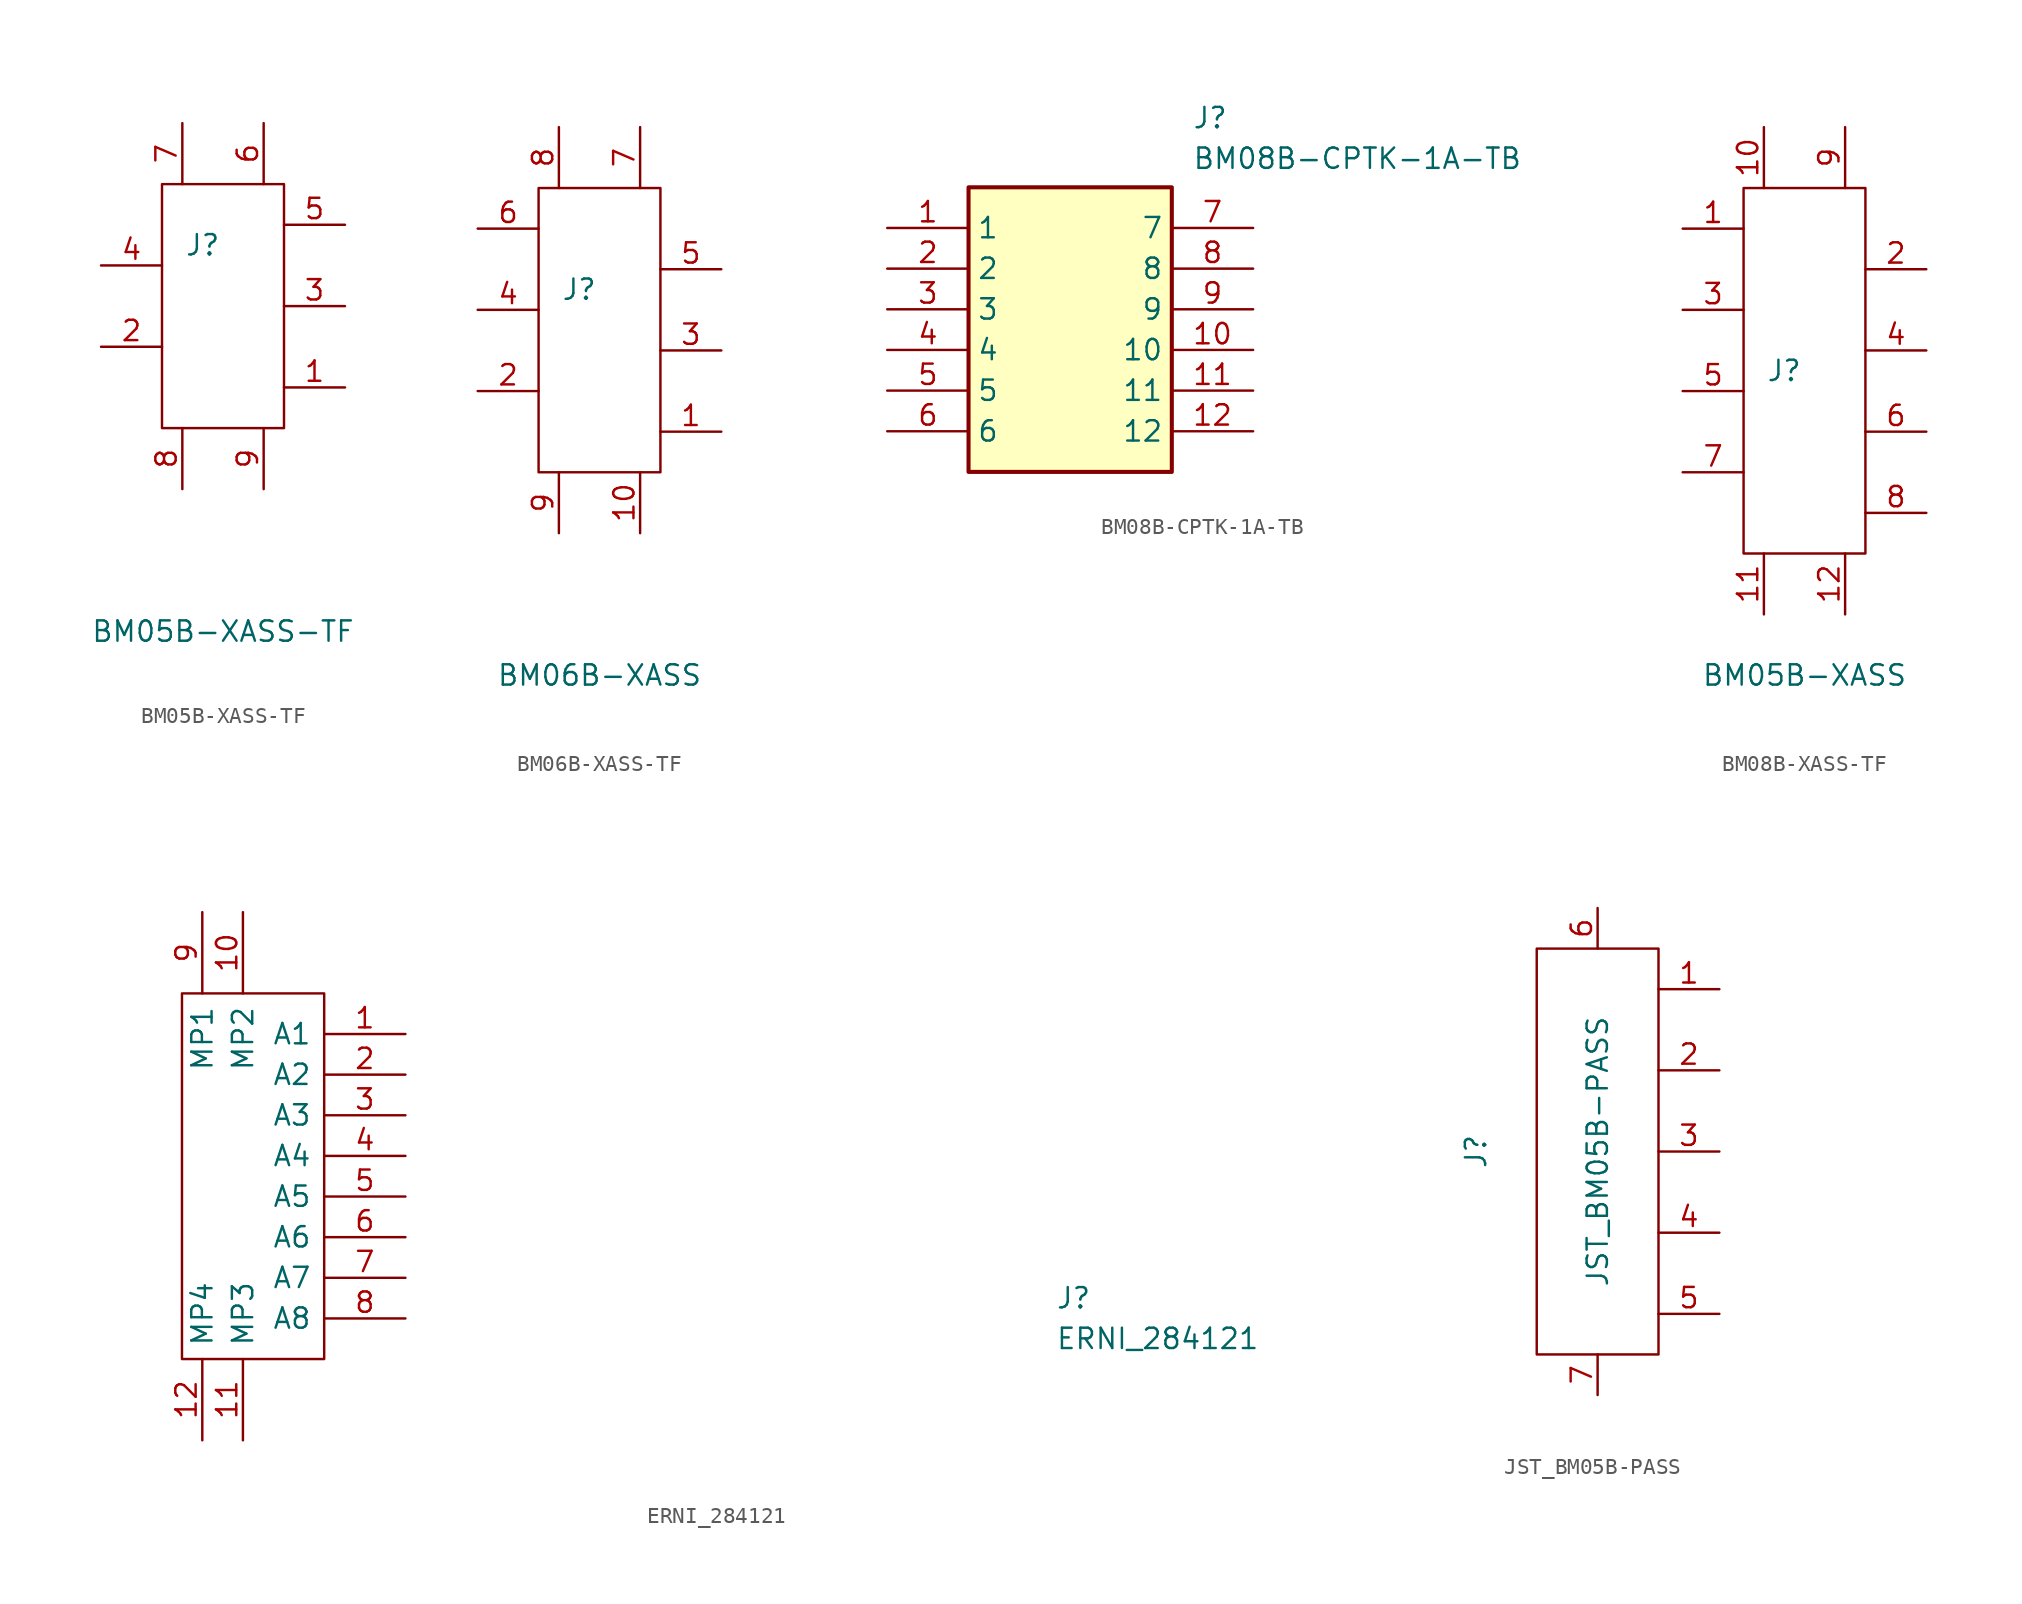
<source format=kicad_sym>
(kicad_symbol_lib
  (version 20231120)
  (generator "kicad_symbol_editor")
  (generator_version "8.0")
  (symbol "BM05B-XASS-TF"
    (pin_names
      (offset 1.016) hide)
    (property "Reference" "J"
      (at -1.27 3.81 0)
      (effects (font (size 1.27 1.27))))
    (property "Value" "BM05B-XASS-TF"
      (at 0 -20.32 0)
      (effects (font (size 1.27 1.27))))
    (symbol "BM05B-XASS-TF_0_1"
      (rectangle (start -3.81 7.62) (end 3.81 -7.62) (stroke (width 0) (type default)) (fill (type none))))
    (symbol "BM05B-XASS-TF_1_1"
      (pin passive line (at 7.62 -5.08 180) (length 3.81) (name "Pin_1" (effects (font (size 1.27 1.27)))) (number "1" (effects (font (size 1.27 1.27)))))
      (pin passive line (at -7.62 -2.54 0) (length 3.81) (name "Pin_2" (effects (font (size 1.27 1.27)))) (number "2" (effects (font (size 1.27 1.27)))))
      (pin passive line (at 7.62 0 180) (length 3.81) (name "Pin_3" (effects (font (size 1.27 1.27)))) (number "3" (effects (font (size 1.27 1.27)))))
      (pin passive line (at -7.62 2.54 0) (length 3.81) (name "Pin_4" (effects (font (size 1.27 1.27)))) (number "4" (effects (font (size 1.27 1.27)))))
      (pin passive line (at 7.62 5.08 180) (length 3.81) (name "Pin_5" (effects (font (size 1.27 1.27)))) (number "5" (effects (font (size 1.27 1.27)))))
      (pin passive line (at 2.54 11.43 270) (length 3.81) (name "Pin_6" (effects (font (size 1.27 1.27)))) (number "6" (effects (font (size 1.27 1.27)))))
      (pin passive line (at -2.54 11.43 270) (length 3.81) (name "Pin_7" (effects (font (size 1.27 1.27)))) (number "7" (effects (font (size 1.27 1.27)))))
      (pin passive line (at -2.54 -11.43 90) (length 3.81) (name "Pin_8" (effects (font (size 1.27 1.27)))) (number "8" (effects (font (size 1.27 1.27)))))
      (pin passive line (at 2.54 -11.43 90) (length 3.81) (name "Pin_9" (effects (font (size 1.27 1.27)))) (number "9" (effects (font (size 1.27 1.27)))))))
  (symbol "BM06B-XASS-TF"
    (pin_names
      (offset 1.016) hide)
    (property "Reference" "J"
      (at -1.27 3.81 0)
      (effects (font (size 1.27 1.27))))
    (property "Value" "BM06B-XASS"
      (at 0 -20.32 0)
      (effects (font (size 1.27 1.27))))
    (symbol "BM06B-XASS-TF_0_1"
      (rectangle (start -3.81 10.16) (end 3.81 -7.62) (stroke (width 0) (type default)) (fill (type none))))
    (symbol "BM06B-XASS-TF_1_1"
      (pin passive line (at 7.62 -5.08 180) (length 3.81) (name "Pin_1" (effects (font (size 1.27 1.27)))) (number "1" (effects (font (size 1.27 1.27)))))
      (pin passive line (at 2.54 -11.43 90) (length 3.81) (name "Pin_10" (effects (font (size 1.27 1.27)))) (number "10" (effects (font (size 1.27 1.27)))))
      (pin passive line (at -7.62 -2.54 0) (length 3.81) (name "Pin_2" (effects (font (size 1.27 1.27)))) (number "2" (effects (font (size 1.27 1.27)))))
      (pin passive line (at 7.62 0 180) (length 3.81) (name "Pin_3" (effects (font (size 1.27 1.27)))) (number "3" (effects (font (size 1.27 1.27)))))
      (pin passive line (at -7.62 2.54 0) (length 3.81) (name "Pin_4" (effects (font (size 1.27 1.27)))) (number "4" (effects (font (size 1.27 1.27)))))
      (pin passive line (at 7.62 5.08 180) (length 3.81) (name "Pin_5" (effects (font (size 1.27 1.27)))) (number "5" (effects (font (size 1.27 1.27)))))
      (pin passive line (at -7.62 7.62 0) (length 3.81) (name "Pin_6" (effects (font (size 1.27 1.27)))) (number "6" (effects (font (size 1.27 1.27)))))
      (pin passive line (at 2.54 13.97 270) (length 3.81) (name "Pin_7" (effects (font (size 1.27 1.27)))) (number "7" (effects (font (size 1.27 1.27)))))
      (pin passive line (at -2.54 13.97 270) (length 3.81) (name "Pin_8" (effects (font (size 1.27 1.27)))) (number "8" (effects (font (size 1.27 1.27)))))
      (pin passive line (at -2.54 -11.43 90) (length 3.81) (name "Pin_9" (effects (font (size 1.27 1.27)))) (number "9" (effects (font (size 1.27 1.27)))))))
  (symbol "BM08B-CPTK-1A-TB"
    (property "Reference" "J"
      (at 19.05 7.62 0)
      (effects (font (size 1.27 1.27)) (justify left top)))
    (property "Value" "BM08B-CPTK-1A-TB"
      (at 19.05 5.08 0)
      (effects (font (size 1.27 1.27)) (justify left top)))
    (symbol "BM08B-CPTK-1A-TB_1_1"
      (rectangle (start 5.08 2.54) (end 17.78 -15.24) (stroke (width 0.254) (type default)) (fill (type background)))
      (pin passive line (at 0 0 0) (length 5.08) (name "1" (effects (font (size 1.27 1.27)))) (number "1" (effects (font (size 1.27 1.27)))))
      (pin passive line (at 22.86 -7.62 180) (length 5.08) (name "10" (effects (font (size 1.27 1.27)))) (number "10" (effects (font (size 1.27 1.27)))))
      (pin passive line (at 22.86 -10.16 180) (length 5.08) (name "11" (effects (font (size 1.27 1.27)))) (number "11" (effects (font (size 1.27 1.27)))))
      (pin passive line (at 22.86 -12.7 180) (length 5.08) (name "12" (effects (font (size 1.27 1.27)))) (number "12" (effects (font (size 1.27 1.27)))))
      (pin passive line (at 0 -2.54 0) (length 5.08) (name "2" (effects (font (size 1.27 1.27)))) (number "2" (effects (font (size 1.27 1.27)))))
      (pin passive line (at 0 -5.08 0) (length 5.08) (name "3" (effects (font (size 1.27 1.27)))) (number "3" (effects (font (size 1.27 1.27)))))
      (pin passive line (at 0 -7.62 0) (length 5.08) (name "4" (effects (font (size 1.27 1.27)))) (number "4" (effects (font (size 1.27 1.27)))))
      (pin passive line (at 0 -10.16 0) (length 5.08) (name "5" (effects (font (size 1.27 1.27)))) (number "5" (effects (font (size 1.27 1.27)))))
      (pin passive line (at 0 -12.7 0) (length 5.08) (name "6" (effects (font (size 1.27 1.27)))) (number "6" (effects (font (size 1.27 1.27)))))
      (pin passive line (at 22.86 0 180) (length 5.08) (name "7" (effects (font (size 1.27 1.27)))) (number "7" (effects (font (size 1.27 1.27)))))
      (pin passive line (at 22.86 -2.54 180) (length 5.08) (name "8" (effects (font (size 1.27 1.27)))) (number "8" (effects (font (size 1.27 1.27)))))
      (pin passive line (at 22.86 -5.08 180) (length 5.08) (name "9" (effects (font (size 1.27 1.27)))) (number "9" (effects (font (size 1.27 1.27)))))))
  (symbol "BM08B-XASS-TF"
    (pin_names
      (offset 1.016) hide)
    (property "Reference" "J"
      (at -1.27 3.81 0)
      (effects (font (size 1.27 1.27))))
    (property "Value" "BM05B-XASS"
      (at 0 -15.24 0)
      (effects (font (size 1.27 1.27))))
    (symbol "BM08B-XASS-TF_0_1"
      (rectangle (start -3.81 15.24) (end 3.81 -7.62) (stroke (width 0) (type default)) (fill (type none))))
    (symbol "BM08B-XASS-TF_1_1"
      (pin passive line (at -7.62 12.7 0) (length 3.81) (name "Pin_1" (effects (font (size 1.27 1.27)))) (number "1" (effects (font (size 1.27 1.27)))))
      (pin passive line (at -2.54 19.05 270) (length 3.81) (name "Pin_10" (effects (font (size 1.27 1.27)))) (number "10" (effects (font (size 1.27 1.27)))))
      (pin passive line (at -2.54 -11.43 90) (length 3.81) (name "Pin_11" (effects (font (size 1.27 1.27)))) (number "11" (effects (font (size 1.27 1.27)))))
      (pin passive line (at 2.54 -11.43 90) (length 3.81) (name "Pin_12" (effects (font (size 1.27 1.27)))) (number "12" (effects (font (size 1.27 1.27)))))
      (pin passive line (at 7.62 10.16 180) (length 3.81) (name "Pin_2" (effects (font (size 1.27 1.27)))) (number "2" (effects (font (size 1.27 1.27)))))
      (pin passive line (at -7.62 7.62 0) (length 3.81) (name "Pin_3" (effects (font (size 1.27 1.27)))) (number "3" (effects (font (size 1.27 1.27)))))
      (pin passive line (at 7.62 5.08 180) (length 3.81) (name "Pin_4" (effects (font (size 1.27 1.27)))) (number "4" (effects (font (size 1.27 1.27)))))
      (pin passive line (at -7.62 2.54 0) (length 3.81) (name "Pin_5" (effects (font (size 1.27 1.27)))) (number "5" (effects (font (size 1.27 1.27)))))
      (pin passive line (at 7.62 0 180) (length 3.81) (name "Pin_6" (effects (font (size 1.27 1.27)))) (number "6" (effects (font (size 1.27 1.27)))))
      (pin passive line (at -7.62 -2.54 0) (length 3.81) (name "Pin_7" (effects (font (size 1.27 1.27)))) (number "7" (effects (font (size 1.27 1.27)))))
      (pin passive line (at 7.62 -5.08 180) (length 3.81) (name "Pin_8" (effects (font (size 1.27 1.27)))) (number "8" (effects (font (size 1.27 1.27)))))
      (pin passive line (at 2.54 19.05 270) (length 3.81) (name "Pin_9" (effects (font (size 1.27 1.27)))) (number "9" (effects (font (size 1.27 1.27)))))))
  (symbol "ERNI_284121"
    (pin_names
      (offset 0.762))
    (property "Reference" "J"
      (at 49.53 -7.62 0)
      (effects (font (size 1.27 1.27)) (justify left)))
    (property "Value" "ERNI_284121"
      (at 49.53 -10.16 0)
      (effects (font (size 1.27 1.27)) (justify left)))
    (symbol "ERNI_284121_0_1"
      (polyline (pts (xy -5.08 11.43) (xy 3.81 11.43) (xy 3.81 -11.43) (xy -5.08 -11.43) (xy -5.08 11.43)) (stroke (width 0.152) (type solid)) (fill (type none))))
    (symbol "ERNI_284121_1_0"
      (pin passive line (at 8.89 8.89 180) (length 5.08) (name "A1" (effects (font (size 1.27 1.27)))) (number "1" (effects (font (size 1.27 1.27)))))
      (pin passive line (at -1.27 16.51 270) (length 5.08) (name "MP2" (effects (font (size 1.27 1.27)))) (number "10" (effects (font (size 1.27 1.27)))))
      (pin passive line (at -1.27 -16.51 90) (length 5.08) (name "MP3" (effects (font (size 1.27 1.27)))) (number "11" (effects (font (size 1.27 1.27)))))
      (pin passive line (at -3.81 -16.51 90) (length 5.08) (name "MP4" (effects (font (size 1.27 1.27)))) (number "12" (effects (font (size 1.27 1.27)))))
      (pin passive line (at 8.89 6.35 180) (length 5.08) (name "A2" (effects (font (size 1.27 1.27)))) (number "2" (effects (font (size 1.27 1.27)))))
      (pin passive line (at 8.89 3.81 180) (length 5.08) (name "A3" (effects (font (size 1.27 1.27)))) (number "3" (effects (font (size 1.27 1.27)))))
      (pin passive line (at 8.89 1.27 180) (length 5.08) (name "A4" (effects (font (size 1.27 1.27)))) (number "4" (effects (font (size 1.27 1.27)))))
      (pin passive line (at 8.89 -1.27 180) (length 5.08) (name "A5" (effects (font (size 1.27 1.27)))) (number "5" (effects (font (size 1.27 1.27)))))
      (pin passive line (at 8.89 -3.81 180) (length 5.08) (name "A6" (effects (font (size 1.27 1.27)))) (number "6" (effects (font (size 1.27 1.27)))))
      (pin passive line (at 8.89 -6.35 180) (length 5.08) (name "A7" (effects (font (size 1.27 1.27)))) (number "7" (effects (font (size 1.27 1.27)))))
      (pin passive line (at 8.89 -8.89 180) (length 5.08) (name "A8" (effects (font (size 1.27 1.27)))) (number "8" (effects (font (size 1.27 1.27)))))
      (pin passive line (at -3.81 16.51 270) (length 5.08) (name "MP1" (effects (font (size 1.27 1.27)))) (number "9" (effects (font (size 1.27 1.27)))))))
  (symbol "JST_BM05B-PASS"
    (pin_names
      (offset 1.016) hide)
    (property "Reference" "J"
      (at -7.62 0 90)
      (effects (font (size 1.27 1.27))))
    (property "Value" "JST_BM05B-PASS"
      (at 0 0 90)
      (effects (font (size 1.27 1.27))))
    (symbol "JST_BM05B-PASS_0_1"
      (rectangle (start -3.81 12.7) (end 3.81 -12.7) (stroke (width 0) (type default)) (fill (type none))))
    (symbol "JST_BM05B-PASS_1_1"
      (pin passive line (at 7.62 10.16 180) (length 3.81) (name "Pin_1" (effects (font (size 1.27 1.27)))) (number "1" (effects (font (size 1.27 1.27)))))
      (pin passive line (at 7.62 5.08 180) (length 3.81) (name "Pin_2" (effects (font (size 1.27 1.27)))) (number "2" (effects (font (size 1.27 1.27)))))
      (pin passive line (at 7.62 0 180) (length 3.81) (name "Pin_3" (effects (font (size 1.27 1.27)))) (number "3" (effects (font (size 1.27 1.27)))))
      (pin passive line (at 7.62 -5.08 180) (length 3.81) (name "Pin_4" (effects (font (size 1.27 1.27)))) (number "4" (effects (font (size 1.27 1.27)))))
      (pin passive line (at 7.62 -10.16 180) (length 3.81) (name "Pin_5" (effects (font (size 1.27 1.27)))) (number "5" (effects (font (size 1.27 1.27)))))
      (pin passive line (at 0 15.24 270) (length 2.54) (name "Pin_6" (effects (font (size 1.27 1.27)))) (number "6" (effects (font (size 1.27 1.27)))))
      (pin passive line (at 0 -15.24 90) (length 2.54) (name "Pin_7" (effects (font (size 1.27 1.27)))) (number "7" (effects (font (size 1.27 1.27))))))))
</source>
